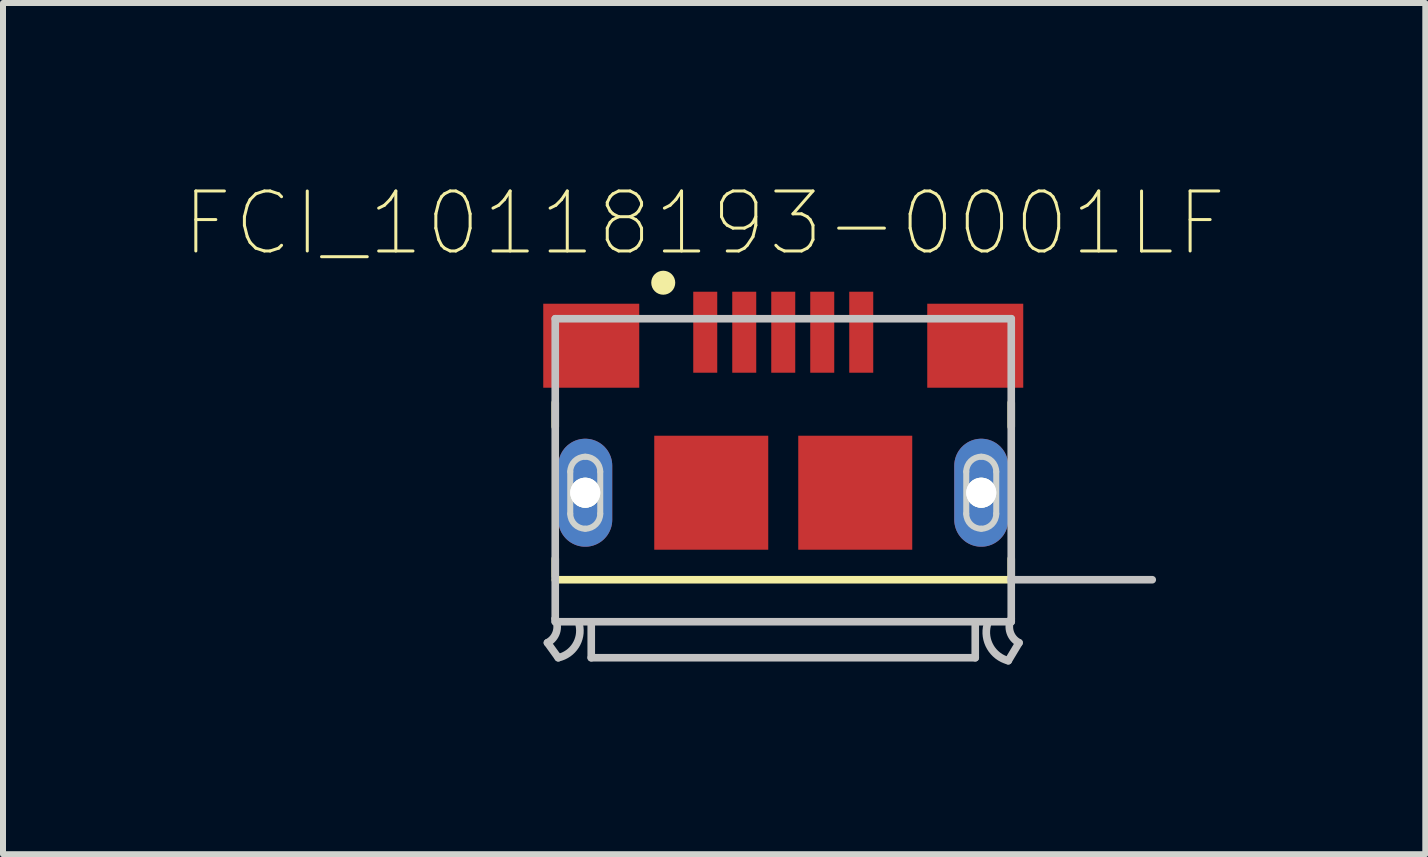
<source format=kicad_pcb>
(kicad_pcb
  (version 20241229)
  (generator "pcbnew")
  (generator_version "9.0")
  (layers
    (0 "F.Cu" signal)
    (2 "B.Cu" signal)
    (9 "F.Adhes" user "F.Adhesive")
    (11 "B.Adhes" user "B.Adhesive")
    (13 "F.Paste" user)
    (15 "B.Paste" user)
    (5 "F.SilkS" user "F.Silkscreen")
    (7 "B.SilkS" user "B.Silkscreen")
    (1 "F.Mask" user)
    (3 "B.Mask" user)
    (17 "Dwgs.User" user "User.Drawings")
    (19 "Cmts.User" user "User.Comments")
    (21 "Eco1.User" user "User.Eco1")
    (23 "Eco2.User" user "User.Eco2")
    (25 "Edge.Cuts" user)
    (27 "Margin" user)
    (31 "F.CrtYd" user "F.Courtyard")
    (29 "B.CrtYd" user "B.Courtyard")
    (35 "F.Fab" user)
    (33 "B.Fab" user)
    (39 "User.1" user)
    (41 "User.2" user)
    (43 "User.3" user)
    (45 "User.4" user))
  (footprint "FCI_10118193-0001LF"
    (layer "F.Cu")
    (at 10.004 5.162)
    (property "Reference" "FCI_10118193-0001LF" (at -1.314 -4.489 0) (layer "F.SilkS") (effects (font (size 1 1) (thickness 0.05))))
    (attr smd)
    (fp_line (start -3.8 -1.5) (end -3.8 -1.1) (stroke (width 0.127) (type solid)) (layer "F.SilkS"))
    (fp_line (start -3.8 1.1) (end -3.8 1.4) (stroke (width 0.127) (type solid)) (layer "F.SilkS"))
    (fp_line (start -3.8 1.45) (end 3.8 1.45) (stroke (width 0.127) (type solid)) (layer "F.SilkS"))
    (fp_line (start 3.8 -1.1) (end 3.8 -1.5) (stroke (width 0.127) (type solid)) (layer "F.SilkS"))
    (fp_line (start 3.8 1.1) (end 3.8 1.4) (stroke (width 0.127) (type solid)) (layer "F.SilkS"))
    (fp_circle (center -2 -3.5) (end -1.9 -3.5) (stroke (width 0.2) (type solid)) (fill no) (layer "F.SilkS"))
    (fp_line (start -3.93 2.5) (end -3.75 2.75) (stroke (width 0.127) (type solid)) (layer "Dwgs.User"))
    (fp_line (start -3.8 -2.9) (end 3.8 -2.9) (stroke (width 0.127) (type solid)) (layer "Dwgs.User"))
    (fp_line (start -3.8 2.1) (end -3.8 -2.9) (stroke (width 0.127) (type solid)) (layer "Dwgs.User"))
    (fp_line (start -3.8 2.15) (end -3.8 2.1) (stroke (width 0.127) (type solid)) (layer "Dwgs.User"))
    (fp_line (start -3.2 2.2) (end -3.2 2.75) (stroke (width 0.127) (type solid)) (layer "Dwgs.User"))
    (fp_line (start -3.2 2.75) (end 3.2 2.75) (stroke (width 0.127) (type solid)) (layer "Dwgs.User"))
    (fp_line (start 3.2 2.75) (end 3.2 2.2) (stroke (width 0.127) (type solid)) (layer "Dwgs.User"))
    (fp_line (start 3.8 -2.9) (end 3.8 1.45) (stroke (width 0.127) (type solid)) (layer "Dwgs.User"))
    (fp_line (start 3.8 1.45) (end 3.8 2.15) (stroke (width 0.127) (type solid)) (layer "Dwgs.User"))
    (fp_line (start 3.8 1.45) (end 6.15 1.45) (stroke (width 0.127) (type solid)) (layer "Dwgs.User"))
    (fp_line (start 3.8 2.15) (end -3.8 2.15) (stroke (width 0.127) (type solid)) (layer "Dwgs.User"))
    (fp_line (start 3.93 2.5) (end 3.75 2.8) (stroke (width 0.127) (type solid)) (layer "Dwgs.User"))
    (fp_arc (start -3.8 2.1) (mid -3.782157 2.326924) (end -3.93 2.5) (stroke (width 0.127) (type solid)) (layer "Dwgs.User"))
    (fp_arc (start -3.4 2.2) (mid -3.461091 2.547487) (end -3.75 2.75) (stroke (width 0.127) (type solid)) (layer "Dwgs.User"))
    (fp_arc (start 3.75 2.8) (mid 3.450736 2.572487) (end 3.4 2.2) (stroke (width 0.127) (type solid)) (layer "Dwgs.User"))
    (fp_arc (start 3.93 2.5) (mid 3.782157 2.326924) (end 3.8 2.1) (stroke (width 0.127) (type solid)) (layer "Dwgs.User"))
    (fp_line (start -4.2 -3.6) (end -4.2 3) (stroke (width 0.05) (type solid)) (layer "Eco1.User"))
    (fp_line (start -4.2 3) (end 4.2 3) (stroke (width 0.05) (type solid)) (layer "Eco1.User"))
    (fp_line (start 4.2 -3.6) (end -4.2 -3.6) (stroke (width 0.05) (type solid)) (layer "Eco1.User"))
    (fp_line (start 4.2 3) (end 4.2 -3.6) (stroke (width 0.05) (type solid)) (layer "Eco1.User"))
    (fp_line (start -3.55 0.35) (end -3.55 -0.35) (stroke (width 0.1) (type solid)) (layer "Edge.Cuts"))
    (fp_line (start -3.05 -0.35) (end -3.05 0.35) (stroke (width 0.1) (type solid)) (layer "Edge.Cuts"))
    (fp_line (start 3.05 0.35) (end 3.05 -0.35) (stroke (width 0.1) (type solid)) (layer "Edge.Cuts"))
    (fp_line (start 3.55 -0.35) (end 3.55 0.35) (stroke (width 0.1) (type solid)) (layer "Edge.Cuts"))
    (fp_arc (start -3.55 -0.35) (mid -3.476777 -0.526777) (end -3.3 -0.6) (stroke (width 0.1) (type solid)) (layer "Edge.Cuts"))
    (fp_arc (start -3.3 -0.6) (mid -3.123223 -0.526777) (end -3.05 -0.35) (stroke (width 0.1) (type solid)) (layer "Edge.Cuts"))
    (fp_arc (start -3.3 0.6) (mid -3.476777 0.526777) (end -3.55 0.35) (stroke (width 0.1) (type solid)) (layer "Edge.Cuts"))
    (fp_arc (start -3.05 0.35) (mid -3.123223 0.526777) (end -3.3 0.6) (stroke (width 0.1) (type solid)) (layer "Edge.Cuts"))
    (fp_arc (start 3.05 -0.35) (mid 3.123223 -0.526777) (end 3.3 -0.6) (stroke (width 0.1) (type solid)) (layer "Edge.Cuts"))
    (fp_arc (start 3.3 -0.6) (mid 3.476777 -0.526777) (end 3.55 -0.35) (stroke (width 0.1) (type solid)) (layer "Edge.Cuts"))
    (fp_arc (start 3.3 0.6) (mid 3.123223 0.526777) (end 3.05 0.35) (stroke (width 0.1) (type solid)) (layer "Edge.Cuts"))
    (fp_arc (start 3.55 0.35) (mid 3.476777 0.526777) (end 3.3 0.6) (stroke (width 0.1) (type solid)) (layer "Edge.Cuts"))
    (fp_text user "PCB~{END}" (at 4.75 1.3 0) (layer "Edge.Cuts") (effects (font (size 1 1) (thickness 0.05))))
    (pad "" np_thru_hole circle (at -3.3 0) (size 0.5 0.5) (drill 0.5) (layers "*.Cu" "*.Mask" "F.SilkS"))
    (pad "" np_thru_hole circle (at 3.3 0) (size 0.5 0.5) (drill 0.5) (layers "*.Cu" "*.Mask" "F.SilkS"))
    (pad "1" smd rect (at -1.3 -2.675) (size 0.4 1.35) (layers "F.Cu" "F.Mask" "F.Paste"))
    (pad "2" smd rect (at -0.65 -2.675) (size 0.4 1.35) (layers "F.Cu" "F.Mask" "F.Paste"))
    (pad "3" smd rect (at 0 -2.675) (size 0.4 1.35) (layers "F.Cu" "F.Mask" "F.Paste"))
    (pad "4" smd rect (at 0.65 -2.675) (size 0.4 1.35) (layers "F.Cu" "F.Mask" "F.Paste"))
    (pad "5" smd rect (at 1.3 -2.675) (size 0.4 1.35) (layers "F.Cu" "F.Mask" "F.Paste"))
    (pad "S1" smd rect (at -3.2 -2.45) (size 1.6 1.4) (layers "F.Cu" "F.Mask" "F.Paste"))
    (pad "S2" smd rect (at 3.2 -2.45) (size 1.6 1.4) (layers "F.Cu" "F.Mask" "F.Paste"))
    (pad "S3" smd rect (at 1.2 0) (size 1.9 1.9) (layers "F.Cu" "F.Mask" "F.Paste"))
    (pad "S4" smd rect (at -1.2 0) (size 1.9 1.9) (layers "F.Cu" "F.Mask" "F.Paste"))
    (pad "S5" thru_hole oval (at -3.3 0 90) (size 1.8 0.9) (drill 0.5) (layers "*.Cu" "*.Mask"))
    (pad "S6" thru_hole oval (at 3.3 0 90) (size 1.8 0.9) (drill 0.5) (layers "*.Cu" "*.Mask")))
  (gr_rect
    (start -3 -3)
    (end 20.705 11.187)
    (stroke (width 0.1) (type default))
    (fill no)
    (layer "Edge.Cuts")))
</source>
